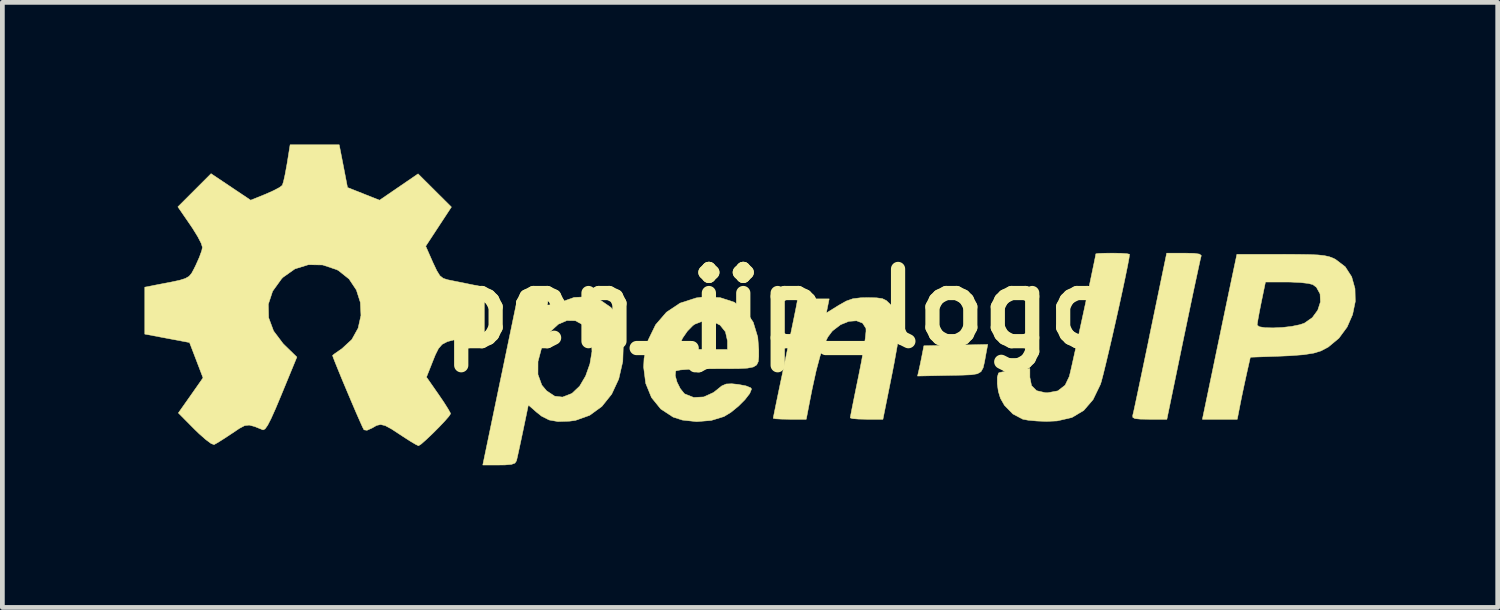
<source format=kicad_pcb>
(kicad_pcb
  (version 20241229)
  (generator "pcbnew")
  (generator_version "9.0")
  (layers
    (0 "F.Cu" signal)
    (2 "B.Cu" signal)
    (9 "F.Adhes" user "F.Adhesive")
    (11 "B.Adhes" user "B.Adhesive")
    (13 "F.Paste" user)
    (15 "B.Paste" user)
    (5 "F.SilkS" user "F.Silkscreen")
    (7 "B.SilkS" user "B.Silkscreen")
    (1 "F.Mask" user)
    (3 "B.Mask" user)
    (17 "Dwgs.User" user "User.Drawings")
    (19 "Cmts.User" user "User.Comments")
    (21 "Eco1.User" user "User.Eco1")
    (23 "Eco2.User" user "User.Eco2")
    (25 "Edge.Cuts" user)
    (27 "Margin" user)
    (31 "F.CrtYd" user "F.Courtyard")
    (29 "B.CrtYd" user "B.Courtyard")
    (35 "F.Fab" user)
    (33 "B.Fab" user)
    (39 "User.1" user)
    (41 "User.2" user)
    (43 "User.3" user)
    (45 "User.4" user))
  (footprint "open_jip_logo"
    (layer "F.Cu")
    (at 12.705 3.459)
    (property "Reference" "open_jip_logo" (at 0 0 0) (layer "F.SilkS") (effects (font (size 1.524 1.524) (thickness 0.3))))
    (attr through_hole)
    (fp_poly (pts (xy 5.049 0.951) (xy 5.017 1.129) (xy 4.988 1.252) (xy 4.943 1.332) (xy 4.867 1.377) (xy 4.741 1.398) (xy 4.548 1.406) (xy 4.275 1.411) (xy 3.604 1.425) (xy 3.631 1.31) (xy 3.659 1.183) (xy 3.692 1.021) (xy 3.698 0.991) (xy 3.738 0.787) (xy 4.412 0.773) (xy 5.085 0.759) (xy 5.049 0.951)) (stroke (width 0.01) (type solid)) (fill yes) (layer "F.SilkS"))
    (fp_poly (pts (xy 9.438 -1.164) (xy 9.552 -1.148) (xy 9.59 -1.119) (xy 9.588 -1.105) (xy 9.572 -1.042) (xy 9.539 -0.891) (xy 9.49 -0.664) (xy 9.428 -0.375) (xy 9.356 -0.033) (xy 9.277 0.347) (xy 9.214 0.648) (xy 8.865 2.337) (xy 8.493 2.337) (xy 8.302 2.334) (xy 8.193 2.323) (xy 8.147 2.299) (xy 8.144 2.256) (xy 8.146 2.248) (xy 8.163 2.178) (xy 8.197 2.021) (xy 8.246 1.79) (xy 8.308 1.496) (xy 8.38 1.152) (xy 8.46 0.77) (xy 8.516 0.495) (xy 8.861 -1.168) (xy 9.237 -1.168) (xy 9.438 -1.164)) (stroke (width 0.01) (type solid)) (fill yes) (layer "F.SilkS"))
    (fp_poly (pts (xy 7.897 -1.165) (xy 8.024 -1.156) (xy 8.077 -1.144) (xy 8.077 -1.143) (xy 8.066 -1.06) (xy 8.035 -0.895) (xy 7.988 -0.664) (xy 7.929 -0.385) (xy 7.861 -0.073) (xy 7.788 0.254) (xy 7.714 0.581) (xy 7.642 0.89) (xy 7.577 1.164) (xy 7.522 1.388) (xy 7.481 1.544) (xy 7.462 1.603) (xy 7.307 1.923) (xy 7.11 2.152) (xy 6.861 2.3) (xy 6.549 2.372) (xy 6.325 2.382) (xy 6.121 2.374) (xy 5.938 2.357) (xy 5.823 2.335) (xy 5.615 2.225) (xy 5.439 2.045) (xy 5.353 1.894) (xy 5.309 1.75) (xy 5.287 1.59) (xy 5.287 1.45) (xy 5.312 1.364) (xy 5.321 1.356) (xy 5.389 1.339) (xy 5.525 1.318) (xy 5.667 1.301) (xy 5.974 1.267) (xy 5.974 1.452) (xy 6.009 1.627) (xy 6.116 1.734) (xy 6.301 1.777) (xy 6.348 1.778) (xy 6.564 1.738) (xy 6.718 1.618) (xy 6.806 1.434) (xy 6.827 1.349) (xy 6.864 1.187) (xy 6.914 0.962) (xy 6.974 0.692) (xy 7.039 0.393) (xy 7.107 0.08) (xy 7.174 -0.229) (xy 7.236 -0.518) (xy 7.289 -0.772) (xy 7.331 -0.973) (xy 7.358 -1.106) (xy 7.366 -1.153) (xy 7.413 -1.161) (xy 7.535 -1.166) (xy 7.708 -1.168) (xy 7.722 -1.168) (xy 7.897 -1.165)) (stroke (width 0.01) (type solid)) (fill yes) (layer "F.SilkS"))
    (fp_poly (pts (xy 11.617 -1.142) (xy 11.87 -1.138) (xy 12.054 -1.13) (xy 12.189 -1.115) (xy 12.289 -1.093) (xy 12.372 -1.062) (xy 12.421 -1.038) (xy 12.627 -0.881) (xy 12.764 -0.669) (xy 12.834 -0.419) (xy 12.84 -0.147) (xy 12.783 0.128) (xy 12.668 0.391) (xy 12.495 0.626) (xy 12.269 0.814) (xy 12.116 0.895) (xy 11.965 0.941) (xy 11.75 0.975) (xy 11.455 0.997) (xy 11.269 1.005) (xy 10.626 1.028) (xy 10.55 1.365) (xy 10.498 1.604) (xy 10.443 1.864) (xy 10.412 2.019) (xy 10.35 2.337) (xy 9.614 2.337) (xy 9.834 1.283) (xy 9.911 0.911) (xy 9.993 0.52) (xy 10.028 0.35) (xy 10.77 0.35) (xy 10.815 0.385) (xy 10.936 0.405) (xy 11.108 0.409) (xy 11.304 0.4) (xy 11.5 0.377) (xy 11.67 0.342) (xy 11.765 0.31) (xy 11.933 0.193) (xy 12.048 0.036) (xy 12.105 -0.139) (xy 12.097 -0.308) (xy 12.02 -0.448) (xy 11.944 -0.505) (xy 11.849 -0.529) (xy 11.682 -0.548) (xy 11.475 -0.558) (xy 11.394 -0.559) (xy 10.945 -0.559) (xy 10.857 -0.133) (xy 10.817 0.068) (xy 10.787 0.232) (xy 10.771 0.334) (xy 10.77 0.35) (xy 10.028 0.35) (xy 10.072 0.14) (xy 10.143 -0.2) (xy 10.197 -0.457) (xy 10.342 -1.143) (xy 11.28 -1.143) (xy 11.617 -1.142)) (stroke (width 0.01) (type solid)) (fill yes) (layer "F.SilkS"))
    (fp_poly (pts (xy -3.091 -0.178) (xy -2.867 -0.024) (xy -2.756 0.112) (xy -2.681 0.248) (xy -2.635 0.399) (xy -2.609 0.602) (xy -2.602 0.706) (xy -2.615 1.116) (xy -2.7 1.487) (xy -2.849 1.807) (xy -3.056 2.066) (xy -3.314 2.254) (xy -3.614 2.361) (xy -3.735 2.377) (xy -3.983 2.385) (xy -4.169 2.352) (xy -4.329 2.271) (xy -4.436 2.186) (xy -4.607 2.036) (xy -4.72 2.58) (xy -4.769 2.811) (xy -4.812 3.011) (xy -4.844 3.155) (xy -4.858 3.213) (xy -4.89 3.262) (xy -4.963 3.289) (xy -5.103 3.301) (xy -5.226 3.302) (xy -5.569 3.302) (xy -5.207 1.562) (xy -5.171 1.392) (xy -4.405 1.392) (xy -4.323 1.617) (xy -4.222 1.737) (xy -4.052 1.85) (xy -3.886 1.869) (xy -3.7 1.797) (xy -3.679 1.784) (xy -3.525 1.638) (xy -3.399 1.424) (xy -3.309 1.17) (xy -3.265 0.909) (xy -3.274 0.668) (xy -3.322 0.519) (xy -3.455 0.344) (xy -3.617 0.257) (xy -3.795 0.254) (xy -3.974 0.331) (xy -4.141 0.484) (xy -4.28 0.708) (xy -4.32 0.802) (xy -4.404 1.118) (xy -4.405 1.392) (xy -5.171 1.392) (xy -4.845 -0.178) (xy -4.509 -0.193) (xy -4.331 -0.199) (xy -4.233 -0.192) (xy -4.196 -0.167) (xy -4.198 -0.117) (xy -4.201 -0.104) (xy -4.217 -0.037) (xy -4.206 -0.01) (xy -4.151 -0.024) (xy -4.033 -0.081) (xy -3.941 -0.127) (xy -3.643 -0.233) (xy -3.354 -0.248) (xy -3.091 -0.178)) (stroke (width 0.01) (type solid)) (fill yes) (layer "F.SilkS"))
    (fp_poly (pts (xy 2.742 -0.225) (xy 2.863 -0.208) (xy 2.947 -0.167) (xy 3.028 -0.089) (xy 3.051 -0.064) (xy 3.153 0.073) (xy 3.223 0.209) (xy 3.233 0.238) (xy 3.235 0.342) (xy 3.215 0.534) (xy 3.173 0.805) (xy 3.112 1.144) (xy 3.071 1.356) (xy 2.874 2.337) (xy 2.529 2.337) (xy 2.357 2.333) (xy 2.233 2.323) (xy 2.184 2.308) (xy 2.184 2.308) (xy 2.194 2.251) (xy 2.221 2.111) (xy 2.262 1.905) (xy 2.314 1.649) (xy 2.364 1.406) (xy 2.422 1.114) (xy 2.468 0.85) (xy 2.501 0.633) (xy 2.517 0.481) (xy 2.516 0.42) (xy 2.445 0.308) (xy 2.317 0.259) (xy 2.154 0.271) (xy 1.979 0.342) (xy 1.814 0.469) (xy 1.8 0.483) (xy 1.71 0.604) (xy 1.627 0.774) (xy 1.547 1.005) (xy 1.466 1.308) (xy 1.381 1.696) (xy 1.342 1.892) (xy 1.256 2.337) (xy 0.907 2.337) (xy 0.734 2.334) (xy 0.609 2.327) (xy 0.559 2.316) (xy 0.559 2.316) (xy 0.569 2.263) (xy 0.597 2.123) (xy 0.64 1.913) (xy 0.696 1.644) (xy 0.762 1.331) (xy 0.813 1.087) (xy 0.883 0.75) (xy 0.946 0.445) (xy 0.999 0.188) (xy 1.039 -0.009) (xy 1.062 -0.13) (xy 1.067 -0.162) (xy 1.113 -0.183) (xy 1.235 -0.198) (xy 1.403 -0.203) (xy 1.74 -0.203) (xy 1.71 -0.054) (xy 1.68 0.095) (xy 1.941 -0.067) (xy 2.1 -0.157) (xy 2.239 -0.206) (xy 2.403 -0.226) (xy 2.552 -0.229) (xy 2.742 -0.225)) (stroke (width 0.01) (type solid)) (fill yes) (layer "F.SilkS"))
    (fp_poly (pts (xy -0.56 -0.229) (xy -0.264 -0.133) (xy -0.03 0.041) (xy 0.137 0.289) (xy 0.233 0.604) (xy 0.254 0.872) (xy 0.254 1.015) (xy 0.244 1.119) (xy 0.21 1.19) (xy 0.139 1.234) (xy 0.016 1.258) (xy -0.172 1.268) (xy -0.44 1.27) (xy -0.637 1.27) (xy -0.962 1.273) (xy -1.219 1.282) (xy -1.399 1.296) (xy -1.49 1.315) (xy -1.499 1.322) (xy -1.508 1.416) (xy -1.471 1.552) (xy -1.402 1.69) (xy -1.319 1.793) (xy -1.306 1.803) (xy -1.118 1.877) (xy -0.907 1.866) (xy -0.702 1.773) (xy -0.638 1.723) (xy -0.528 1.634) (xy -0.434 1.593) (xy -0.315 1.588) (xy -0.179 1.602) (xy -0.015 1.633) (xy 0.084 1.673) (xy 0.102 1.699) (xy 0.063 1.794) (xy -0.037 1.923) (xy -0.176 2.062) (xy -0.33 2.188) (xy -0.477 2.278) (xy -0.481 2.28) (xy -0.75 2.362) (xy -1.057 2.387) (xy -1.358 2.354) (xy -1.553 2.291) (xy -1.814 2.12) (xy -2.009 1.879) (xy -2.131 1.58) (xy -2.175 1.237) (xy -2.166 1.055) (xy -2.112 0.81) (xy -1.422 0.81) (xy -1.373 0.837) (xy -1.231 0.855) (xy -1.006 0.863) (xy -0.914 0.864) (xy -0.406 0.864) (xy -0.406 0.683) (xy -0.449 0.492) (xy -0.562 0.351) (xy -0.723 0.27) (xy -0.908 0.259) (xy -1.094 0.33) (xy -1.137 0.36) (xy -1.252 0.478) (xy -1.353 0.624) (xy -1.414 0.76) (xy -1.422 0.81) (xy -2.112 0.81) (xy -2.082 0.672) (xy -1.922 0.343) (xy -1.694 0.079) (xy -1.407 -0.113) (xy -1.068 -0.223) (xy -0.914 -0.243) (xy -0.56 -0.229)) (stroke (width 0.01) (type solid)) (fill yes) (layer "F.SilkS"))
    (fp_poly (pts (xy -8.51 -3.004) (xy -8.423 -2.553) (xy -7.747 -2.285) (xy -6.934 -2.841) (xy -6.231 -2.141) (xy -6.502 -1.728) (xy -6.773 -1.315) (xy -6.624 -0.977) (xy -6.54 -0.799) (xy -6.474 -0.692) (xy -6.403 -0.636) (xy -6.309 -0.606) (xy -6.298 -0.604) (xy -6.146 -0.573) (xy -5.949 -0.534) (xy -5.829 -0.509) (xy -5.537 -0.45) (xy -5.537 0.55) (xy -5.905 0.611) (xy -6.149 0.655) (xy -6.315 0.698) (xy -6.426 0.756) (xy -6.503 0.844) (xy -6.57 0.978) (xy -6.619 1.1) (xy -6.757 1.448) (xy -6.503 1.812) (xy -6.388 1.981) (xy -6.301 2.119) (xy -6.253 2.205) (xy -6.248 2.22) (xy -6.283 2.274) (xy -6.371 2.375) (xy -6.494 2.505) (xy -6.631 2.642) (xy -6.762 2.766) (xy -6.866 2.858) (xy -6.923 2.895) (xy -6.924 2.896) (xy -6.982 2.869) (xy -7.1 2.799) (xy -7.257 2.698) (xy -7.304 2.667) (xy -7.495 2.542) (xy -7.627 2.471) (xy -7.724 2.448) (xy -7.809 2.467) (xy -7.904 2.522) (xy -8.012 2.57) (xy -8.075 2.56) (xy -8.104 2.505) (xy -8.162 2.376) (xy -8.243 2.192) (xy -8.337 1.972) (xy -8.437 1.736) (xy -8.535 1.503) (xy -8.621 1.293) (xy -8.689 1.125) (xy -8.73 1.018) (xy -8.738 0.99) (xy -8.699 0.958) (xy -8.602 0.89) (xy -8.541 0.848) (xy -8.332 0.655) (xy -8.199 0.415) (xy -8.139 0.147) (xy -8.152 -0.128) (xy -8.236 -0.391) (xy -8.39 -0.622) (xy -8.613 -0.8) (xy -8.648 -0.819) (xy -8.947 -0.919) (xy -9.248 -0.924) (xy -9.532 -0.836) (xy -9.784 -0.658) (xy -9.814 -0.627) (xy -10.003 -0.365) (xy -10.094 -0.089) (xy -10.087 0.194) (xy -9.983 0.474) (xy -9.782 0.741) (xy -9.744 0.779) (xy -9.491 1.025) (xy -9.813 1.807) (xy -9.939 2.108) (xy -10.036 2.324) (xy -10.108 2.464) (xy -10.162 2.54) (xy -10.203 2.561) (xy -10.211 2.559) (xy -10.382 2.49) (xy -10.497 2.46) (xy -10.593 2.471) (xy -10.703 2.529) (xy -10.861 2.635) (xy -11.023 2.742) (xy -11.156 2.826) (xy -11.235 2.87) (xy -11.239 2.872) (xy -11.301 2.849) (xy -11.413 2.766) (xy -11.557 2.639) (xy -11.648 2.551) (xy -11.992 2.204) (xy -11.731 1.834) (xy -11.471 1.463) (xy -11.613 1.091) (xy -11.756 0.718) (xy -12.228 0.629) (xy -12.7 0.54) (xy -12.7 0.045) (xy -12.7 -0.45) (xy -12.408 -0.507) (xy -12.146 -0.557) (xy -11.964 -0.596) (xy -11.844 -0.634) (xy -11.766 -0.679) (xy -11.712 -0.743) (xy -11.663 -0.834) (xy -11.623 -0.915) (xy -11.549 -1.081) (xy -11.498 -1.222) (xy -11.484 -1.292) (xy -11.51 -1.376) (xy -11.583 -1.517) (xy -11.69 -1.69) (xy -11.742 -1.767) (xy -12.002 -2.145) (xy -11.302 -2.845) (xy -10.466 -2.285) (xy -10.15 -2.413) (xy -9.984 -2.487) (xy -9.857 -2.554) (xy -9.799 -2.599) (xy -9.774 -2.675) (xy -9.741 -2.822) (xy -9.706 -3.012) (xy -9.698 -3.056) (xy -9.634 -3.454) (xy -8.598 -3.454) (xy -8.51 -3.004)) (stroke (width 0.01) (type solid)) (fill yes) (layer "F.SilkS")))
  (gr_rect
    (start -3 -3)
    (end 28.55 9.766)
    (stroke (width 0.1) (type default))
    (fill no)
    (layer "Edge.Cuts")))
</source>
